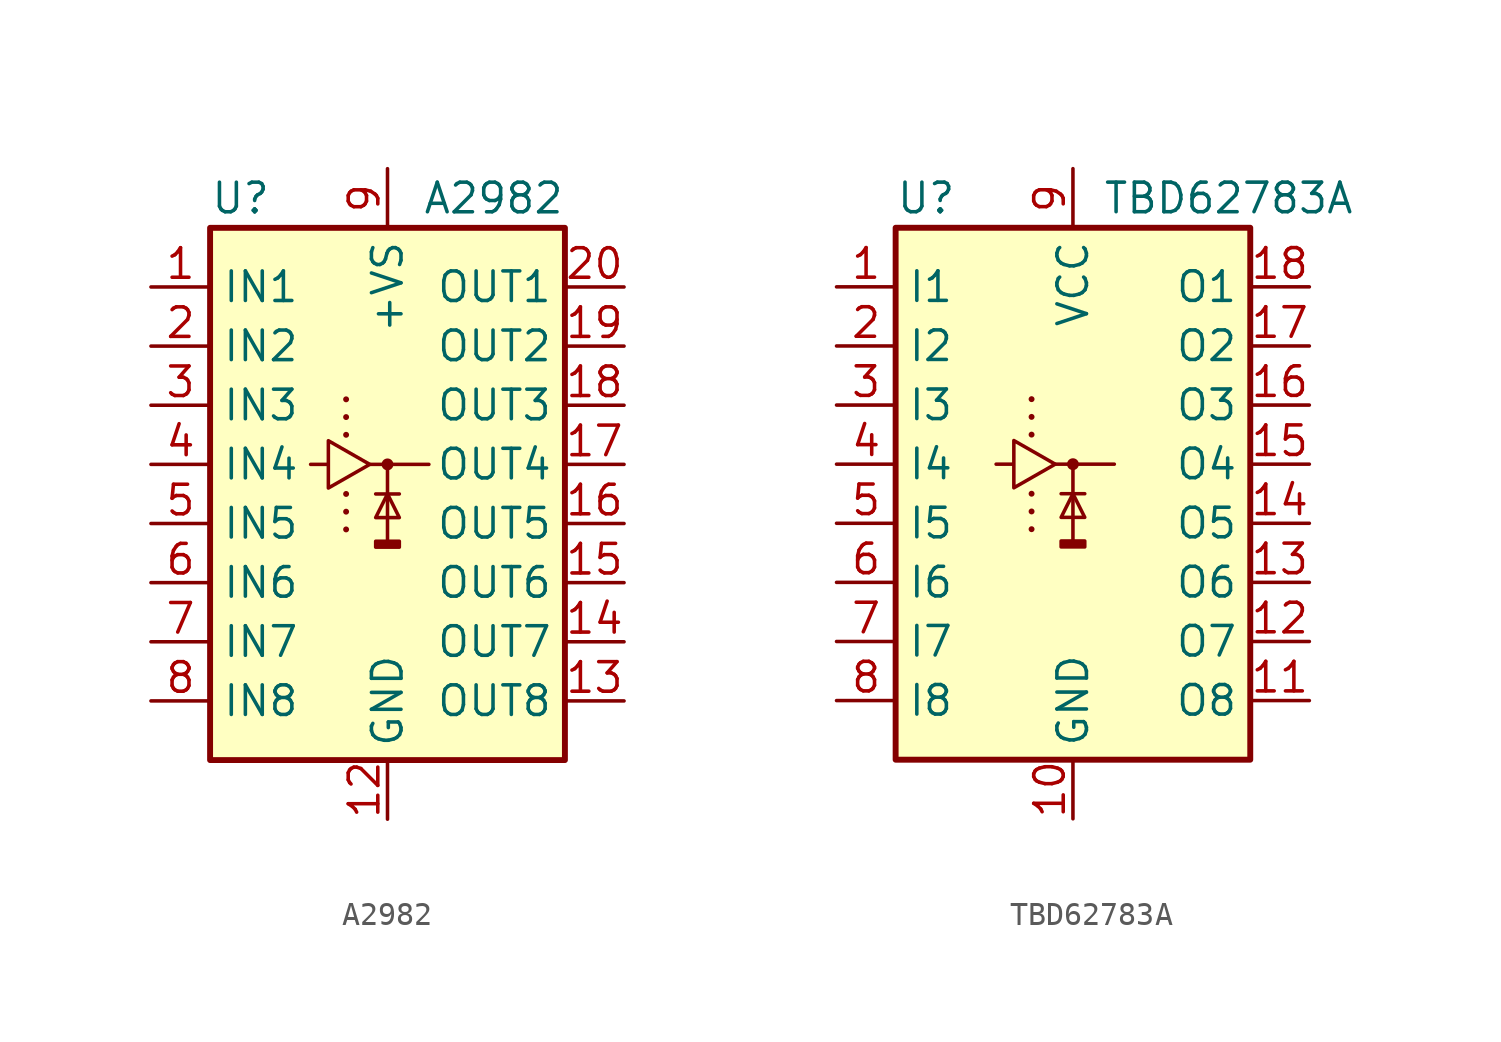
<source format=kicad_sym>
(kicad_symbol_lib
  (version 20201005)
  (generator kicad_symbol_editor)
  (symbol "A2982"
    (property "Reference" "U"
      (at -7.62 11.43 0)
      (effects (font (size 1.27 1.27)) (justify left)))
    (property "Value" "A2982"
      (at 7.62 11.43 0)
      (effects (font (size 1.27 1.27)) (justify right)))
    (symbol "A2982_0_1"
      (rectangle (start -0.508 -3.302) (end 0.508 -3.556) (stroke (width 0)) (fill (type outline)))
      (rectangle (start -7.62 10.16) (end 7.62 -12.7) (stroke (width 0.254)) (fill (type background)))
      (polyline (pts (xy -1.778 -2.794) (xy -1.778 -2.794)) (stroke (width 0.254)) (fill (type none)))
      (polyline (pts (xy -1.778 -2.032) (xy -1.778 -2.032)) (stroke (width 0.254)) (fill (type none)))
      (polyline (pts (xy -1.778 -1.27) (xy -1.778 -1.27)) (stroke (width 0.254)) (fill (type none)))
      (polyline (pts (xy -1.778 1.27) (xy -1.778 1.27)) (stroke (width 0.254)) (fill (type none)))
      (polyline (pts (xy -1.778 2.032) (xy -1.778 2.032)) (stroke (width 0.254)) (fill (type none)))
      (polyline (pts (xy -1.778 2.794) (xy -1.778 2.794)) (stroke (width 0.254)) (fill (type none)))
      (polyline (pts (xy -0.762 0) (xy 1.778 0)) (stroke (width 0)) (fill (type none)))
      (polyline (pts (xy -0.508 -1.27) (xy 0.508 -1.27)) (stroke (width 0)) (fill (type none)))
      (polyline (pts (xy 0 0) (xy 0 -3.302)) (stroke (width 0)) (fill (type none)))
      (polyline (pts (xy 0 0) (xy 0 0)) (stroke (width 0.508)) (fill (type none)))
      (polyline (pts (xy 0 -1.27) (xy -0.508 -2.286) (xy 0.508 -2.286) (xy 0 -1.27)) (stroke (width 0)) (fill (type none)))
      (polyline (pts (xy -3.302 0) (xy -2.54 0) (xy -2.54 1.016) (xy -0.762 0) (xy -2.54 -1.016) (xy -2.54 0)) (stroke (width 0)) (fill (type none))))
    (symbol "A2982_1_1"
      (pin input line (at -10.16 7.62 0) (length 2.54) (name "IN1" (effects (font (size 1.27 1.27)))) (number "1" (effects (font (size 1.27 1.27)))))
      (pin no_connect line (at -2.54 -12.7 90) (length 2.54) hide (name "NC" (effects (font (size 1.27 1.27)))) (number "10" (effects (font (size 1.27 1.27)))))
      (pin no_connect line (at 2.54 -12.7 90) (length 2.54) hide (name "NC" (effects (font (size 1.27 1.27)))) (number "11" (effects (font (size 1.27 1.27)))))
      (pin power_in line (at 0 -15.24 90) (length 2.54) (name "GND" (effects (font (size 1.27 1.27)))) (number "12" (effects (font (size 1.27 1.27)))))
      (pin open_emitter line (at 10.16 -10.16 180) (length 2.54) (name "OUT8" (effects (font (size 1.27 1.27)))) (number "13" (effects (font (size 1.27 1.27)))))
      (pin open_emitter line (at 10.16 -7.62 180) (length 2.54) (name "OUT7" (effects (font (size 1.27 1.27)))) (number "14" (effects (font (size 1.27 1.27)))))
      (pin open_emitter line (at 10.16 -5.08 180) (length 2.54) (name "OUT6" (effects (font (size 1.27 1.27)))) (number "15" (effects (font (size 1.27 1.27)))))
      (pin open_emitter line (at 10.16 -2.54 180) (length 2.54) (name "OUT5" (effects (font (size 1.27 1.27)))) (number "16" (effects (font (size 1.27 1.27)))))
      (pin open_emitter line (at 10.16 0 180) (length 2.54) (name "OUT4" (effects (font (size 1.27 1.27)))) (number "17" (effects (font (size 1.27 1.27)))))
      (pin open_emitter line (at 10.16 2.54 180) (length 2.54) (name "OUT3" (effects (font (size 1.27 1.27)))) (number "18" (effects (font (size 1.27 1.27)))))
      (pin open_emitter line (at 10.16 5.08 180) (length 2.54) (name "OUT2" (effects (font (size 1.27 1.27)))) (number "19" (effects (font (size 1.27 1.27)))))
      (pin input line (at -10.16 5.08 0) (length 2.54) (name "IN2" (effects (font (size 1.27 1.27)))) (number "2" (effects (font (size 1.27 1.27)))))
      (pin open_emitter line (at 10.16 7.62 180) (length 2.54) (name "OUT1" (effects (font (size 1.27 1.27)))) (number "20" (effects (font (size 1.27 1.27)))))
      (pin input line (at -10.16 2.54 0) (length 2.54) (name "IN3" (effects (font (size 1.27 1.27)))) (number "3" (effects (font (size 1.27 1.27)))))
      (pin input line (at -10.16 0 0) (length 2.54) (name "IN4" (effects (font (size 1.27 1.27)))) (number "4" (effects (font (size 1.27 1.27)))))
      (pin input line (at -10.16 -2.54 0) (length 2.54) (name "IN5" (effects (font (size 1.27 1.27)))) (number "5" (effects (font (size 1.27 1.27)))))
      (pin input line (at -10.16 -5.08 0) (length 2.54) (name "IN6" (effects (font (size 1.27 1.27)))) (number "6" (effects (font (size 1.27 1.27)))))
      (pin input line (at -10.16 -7.62 0) (length 2.54) (name "IN7" (effects (font (size 1.27 1.27)))) (number "7" (effects (font (size 1.27 1.27)))))
      (pin input line (at -10.16 -10.16 0) (length 2.54) (name "IN8" (effects (font (size 1.27 1.27)))) (number "8" (effects (font (size 1.27 1.27)))))
      (pin power_in line (at 0 12.7 270) (length 2.54) (name "+VS" (effects (font (size 1.27 1.27)))) (number "9" (effects (font (size 1.27 1.27)))))))
  (symbol "TBD62783A"
    (property "Reference" "U"
      (at -7.62 11.43 0)
      (effects (font (size 1.27 1.27)) (justify left)))
    (property "Value" "TBD62783A"
      (at 1.27 11.43 0)
      (effects (font (size 1.27 1.27)) (justify left)))
    (symbol "TBD62783A_0_1"
      (rectangle (start -0.508 -3.302) (end 0.508 -3.556) (stroke (width 0)) (fill (type outline)))
      (rectangle (start -7.62 10.16) (end 7.62 -12.7) (stroke (width 0.254)) (fill (type background)))
      (polyline (pts (xy -1.778 -2.794) (xy -1.778 -2.794)) (stroke (width 0.254)) (fill (type none)))
      (polyline (pts (xy -1.778 -2.032) (xy -1.778 -2.032)) (stroke (width 0.254)) (fill (type none)))
      (polyline (pts (xy -1.778 -1.27) (xy -1.778 -1.27)) (stroke (width 0.254)) (fill (type none)))
      (polyline (pts (xy -1.778 1.27) (xy -1.778 1.27)) (stroke (width 0.254)) (fill (type none)))
      (polyline (pts (xy -1.778 2.032) (xy -1.778 2.032)) (stroke (width 0.254)) (fill (type none)))
      (polyline (pts (xy -1.778 2.794) (xy -1.778 2.794)) (stroke (width 0.254)) (fill (type none)))
      (polyline (pts (xy -0.762 0) (xy 1.778 0)) (stroke (width 0)) (fill (type none)))
      (polyline (pts (xy -0.508 -1.27) (xy 0.508 -1.27)) (stroke (width 0)) (fill (type none)))
      (polyline (pts (xy 0 0) (xy 0 -3.302)) (stroke (width 0)) (fill (type none)))
      (polyline (pts (xy 0 0) (xy 0 0)) (stroke (width 0.508)) (fill (type none)))
      (polyline (pts (xy 0 -1.27) (xy -0.508 -2.286) (xy 0.508 -2.286) (xy 0 -1.27)) (stroke (width 0)) (fill (type none)))
      (polyline (pts (xy -3.302 0) (xy -2.54 0) (xy -2.54 1.016) (xy -0.762 0) (xy -2.54 -1.016) (xy -2.54 0)) (stroke (width 0)) (fill (type none))))
    (symbol "TBD62783A_1_1"
      (pin input line (at -10.16 7.62 0) (length 2.54) (name "I1" (effects (font (size 1.27 1.27)))) (number "1" (effects (font (size 1.27 1.27)))))
      (pin power_in line (at 0 -15.24 90) (length 2.54) (name "GND" (effects (font (size 1.27 1.27)))) (number "10" (effects (font (size 1.27 1.27)))))
      (pin open_emitter line (at 10.16 -10.16 180) (length 2.54) (name "O8" (effects (font (size 1.27 1.27)))) (number "11" (effects (font (size 1.27 1.27)))))
      (pin open_emitter line (at 10.16 -7.62 180) (length 2.54) (name "O7" (effects (font (size 1.27 1.27)))) (number "12" (effects (font (size 1.27 1.27)))))
      (pin open_emitter line (at 10.16 -5.08 180) (length 2.54) (name "O6" (effects (font (size 1.27 1.27)))) (number "13" (effects (font (size 1.27 1.27)))))
      (pin open_emitter line (at 10.16 -2.54 180) (length 2.54) (name "O5" (effects (font (size 1.27 1.27)))) (number "14" (effects (font (size 1.27 1.27)))))
      (pin open_emitter line (at 10.16 0 180) (length 2.54) (name "O4" (effects (font (size 1.27 1.27)))) (number "15" (effects (font (size 1.27 1.27)))))
      (pin open_emitter line (at 10.16 2.54 180) (length 2.54) (name "O3" (effects (font (size 1.27 1.27)))) (number "16" (effects (font (size 1.27 1.27)))))
      (pin open_emitter line (at 10.16 5.08 180) (length 2.54) (name "O2" (effects (font (size 1.27 1.27)))) (number "17" (effects (font (size 1.27 1.27)))))
      (pin open_emitter line (at 10.16 7.62 180) (length 2.54) (name "O1" (effects (font (size 1.27 1.27)))) (number "18" (effects (font (size 1.27 1.27)))))
      (pin input line (at -10.16 5.08 0) (length 2.54) (name "I2" (effects (font (size 1.27 1.27)))) (number "2" (effects (font (size 1.27 1.27)))))
      (pin input line (at -10.16 2.54 0) (length 2.54) (name "I3" (effects (font (size 1.27 1.27)))) (number "3" (effects (font (size 1.27 1.27)))))
      (pin input line (at -10.16 0 0) (length 2.54) (name "I4" (effects (font (size 1.27 1.27)))) (number "4" (effects (font (size 1.27 1.27)))))
      (pin input line (at -10.16 -2.54 0) (length 2.54) (name "I5" (effects (font (size 1.27 1.27)))) (number "5" (effects (font (size 1.27 1.27)))))
      (pin input line (at -10.16 -5.08 0) (length 2.54) (name "I6" (effects (font (size 1.27 1.27)))) (number "6" (effects (font (size 1.27 1.27)))))
      (pin input line (at -10.16 -7.62 0) (length 2.54) (name "I7" (effects (font (size 1.27 1.27)))) (number "7" (effects (font (size 1.27 1.27)))))
      (pin input line (at -10.16 -10.16 0) (length 2.54) (name "I8" (effects (font (size 1.27 1.27)))) (number "8" (effects (font (size 1.27 1.27)))))
      (pin power_in line (at 0 12.7 270) (length 2.54) (name "VCC" (effects (font (size 1.27 1.27)))) (number "9" (effects (font (size 1.27 1.27))))))))
</source>
